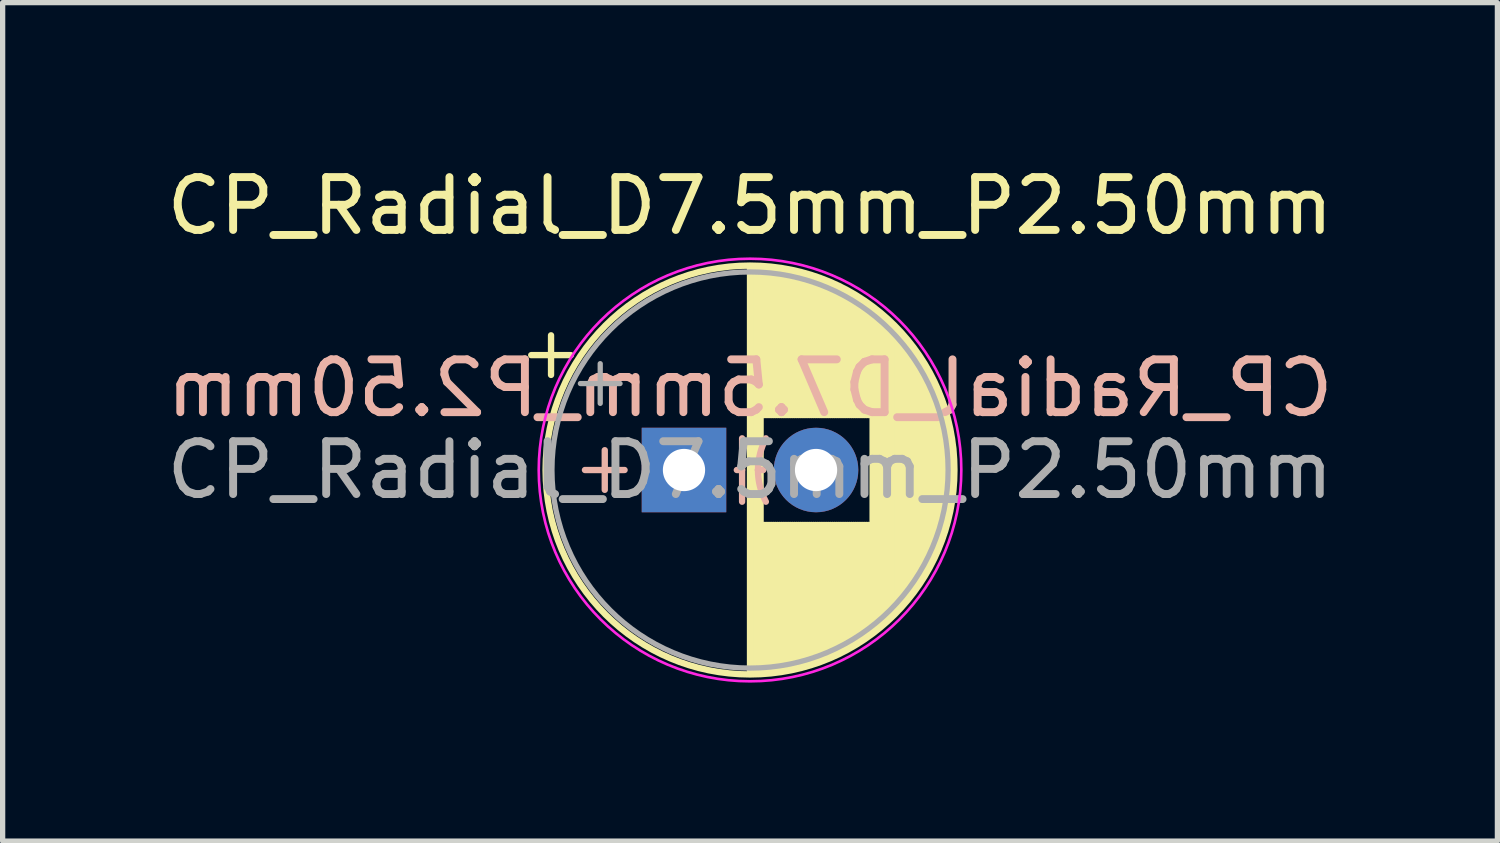
<source format=kicad_pcb>
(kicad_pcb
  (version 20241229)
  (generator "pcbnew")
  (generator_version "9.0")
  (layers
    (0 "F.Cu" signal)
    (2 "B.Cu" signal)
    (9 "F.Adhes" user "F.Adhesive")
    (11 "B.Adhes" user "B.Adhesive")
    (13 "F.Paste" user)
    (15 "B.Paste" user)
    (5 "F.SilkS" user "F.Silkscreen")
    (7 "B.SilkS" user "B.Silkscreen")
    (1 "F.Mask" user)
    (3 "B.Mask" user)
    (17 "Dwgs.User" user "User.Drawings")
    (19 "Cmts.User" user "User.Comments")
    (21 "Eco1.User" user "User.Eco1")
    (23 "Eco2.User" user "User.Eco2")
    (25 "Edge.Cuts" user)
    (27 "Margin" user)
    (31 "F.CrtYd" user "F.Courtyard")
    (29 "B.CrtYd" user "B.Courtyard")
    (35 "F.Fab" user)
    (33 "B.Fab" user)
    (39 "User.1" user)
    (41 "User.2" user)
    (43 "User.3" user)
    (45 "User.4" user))
  (footprint "CP_Radial_D7.5mm_P2.50mm"
    (layer "F.Cu")
    (at 9.899 5.848)
    (property "Reference" "CP_Radial_D7.5mm_P2.50mm" (at 1.25 -5 0) (layer "F.SilkS") (effects (font (size 1 1) (thickness 0.15))))
    (fp_line (start -2.892 -2.175) (end -2.142 -2.175) (stroke (width 0.12) (type solid)) (layer "F.SilkS"))
    (fp_line (start -2.517 -2.55) (end -2.517 -1.8) (stroke (width 0.12) (type solid)) (layer "F.SilkS"))
    (fp_line (start 1.25 -3.83) (end 1.25 3.83) (stroke (width 0.12) (type solid)) (layer "F.SilkS"))
    (fp_line (start 1.29 -3.83) (end 1.29 3.83) (stroke (width 0.12) (type solid)) (layer "F.SilkS"))
    (fp_line (start 1.33 -3.83) (end 1.33 3.83) (stroke (width 0.12) (type solid)) (layer "F.SilkS"))
    (fp_line (start 1.37 -3.829) (end 1.37 3.829) (stroke (width 0.12) (type solid)) (layer "F.SilkS"))
    (fp_line (start 1.41 -3.827) (end 1.41 3.827) (stroke (width 0.12) (type solid)) (layer "F.SilkS"))
    (fp_line (start 1.45 -3.825) (end 1.45 3.825) (stroke (width 0.12) (type solid)) (layer "F.SilkS"))
    (fp_line (start 1.49 -3.823) (end 1.49 -1.04) (stroke (width 0.12) (type solid)) (layer "F.SilkS"))
    (fp_line (start 1.49 1.04) (end 1.49 3.823) (stroke (width 0.12) (type solid)) (layer "F.SilkS"))
    (fp_line (start 1.53 -3.82) (end 1.53 -1.04) (stroke (width 0.12) (type solid)) (layer "F.SilkS"))
    (fp_line (start 1.53 1.04) (end 1.53 3.82) (stroke (width 0.12) (type solid)) (layer "F.SilkS"))
    (fp_line (start 1.57 -3.817) (end 1.57 -1.04) (stroke (width 0.12) (type solid)) (layer "F.SilkS"))
    (fp_line (start 1.57 1.04) (end 1.57 3.817) (stroke (width 0.12) (type solid)) (layer "F.SilkS"))
    (fp_line (start 1.61 -3.814) (end 1.61 -1.04) (stroke (width 0.12) (type solid)) (layer "F.SilkS"))
    (fp_line (start 1.61 1.04) (end 1.61 3.814) (stroke (width 0.12) (type solid)) (layer "F.SilkS"))
    (fp_line (start 1.65 -3.81) (end 1.65 -1.04) (stroke (width 0.12) (type solid)) (layer "F.SilkS"))
    (fp_line (start 1.65 1.04) (end 1.65 3.81) (stroke (width 0.12) (type solid)) (layer "F.SilkS"))
    (fp_line (start 1.69 -3.805) (end 1.69 -1.04) (stroke (width 0.12) (type solid)) (layer "F.SilkS"))
    (fp_line (start 1.69 1.04) (end 1.69 3.805) (stroke (width 0.12) (type solid)) (layer "F.SilkS"))
    (fp_line (start 1.73 -3.801) (end 1.73 -1.04) (stroke (width 0.12) (type solid)) (layer "F.SilkS"))
    (fp_line (start 1.73 1.04) (end 1.73 3.801) (stroke (width 0.12) (type solid)) (layer "F.SilkS"))
    (fp_line (start 1.77 -3.795) (end 1.77 -1.04) (stroke (width 0.12) (type solid)) (layer "F.SilkS"))
    (fp_line (start 1.77 1.04) (end 1.77 3.795) (stroke (width 0.12) (type solid)) (layer "F.SilkS"))
    (fp_line (start 1.81 -3.79) (end 1.81 -1.04) (stroke (width 0.12) (type solid)) (layer "F.SilkS"))
    (fp_line (start 1.81 1.04) (end 1.81 3.79) (stroke (width 0.12) (type solid)) (layer "F.SilkS"))
    (fp_line (start 1.85 -3.784) (end 1.85 -1.04) (stroke (width 0.12) (type solid)) (layer "F.SilkS"))
    (fp_line (start 1.85 1.04) (end 1.85 3.784) (stroke (width 0.12) (type solid)) (layer "F.SilkS"))
    (fp_line (start 1.89 -3.777) (end 1.89 -1.04) (stroke (width 0.12) (type solid)) (layer "F.SilkS"))
    (fp_line (start 1.89 1.04) (end 1.89 3.777) (stroke (width 0.12) (type solid)) (layer "F.SilkS"))
    (fp_line (start 1.93 -3.77) (end 1.93 -1.04) (stroke (width 0.12) (type solid)) (layer "F.SilkS"))
    (fp_line (start 1.93 1.04) (end 1.93 3.77) (stroke (width 0.12) (type solid)) (layer "F.SilkS"))
    (fp_line (start 1.971 -3.763) (end 1.971 -1.04) (stroke (width 0.12) (type solid)) (layer "F.SilkS"))
    (fp_line (start 1.971 1.04) (end 1.971 3.763) (stroke (width 0.12) (type solid)) (layer "F.SilkS"))
    (fp_line (start 2.011 -3.755) (end 2.011 -1.04) (stroke (width 0.12) (type solid)) (layer "F.SilkS"))
    (fp_line (start 2.011 1.04) (end 2.011 3.755) (stroke (width 0.12) (type solid)) (layer "F.SilkS"))
    (fp_line (start 2.051 -3.747) (end 2.051 -1.04) (stroke (width 0.12) (type solid)) (layer "F.SilkS"))
    (fp_line (start 2.051 1.04) (end 2.051 3.747) (stroke (width 0.12) (type solid)) (layer "F.SilkS"))
    (fp_line (start 2.091 -3.738) (end 2.091 -1.04) (stroke (width 0.12) (type solid)) (layer "F.SilkS"))
    (fp_line (start 2.091 1.04) (end 2.091 3.738) (stroke (width 0.12) (type solid)) (layer "F.SilkS"))
    (fp_line (start 2.131 -3.729) (end 2.131 -1.04) (stroke (width 0.12) (type solid)) (layer "F.SilkS"))
    (fp_line (start 2.131 1.04) (end 2.131 3.729) (stroke (width 0.12) (type solid)) (layer "F.SilkS"))
    (fp_line (start 2.171 -3.72) (end 2.171 -1.04) (stroke (width 0.12) (type solid)) (layer "F.SilkS"))
    (fp_line (start 2.171 1.04) (end 2.171 3.72) (stroke (width 0.12) (type solid)) (layer "F.SilkS"))
    (fp_line (start 2.211 -3.71) (end 2.211 -1.04) (stroke (width 0.12) (type solid)) (layer "F.SilkS"))
    (fp_line (start 2.211 1.04) (end 2.211 3.71) (stroke (width 0.12) (type solid)) (layer "F.SilkS"))
    (fp_line (start 2.251 -3.699) (end 2.251 -1.04) (stroke (width 0.12) (type solid)) (layer "F.SilkS"))
    (fp_line (start 2.251 1.04) (end 2.251 3.699) (stroke (width 0.12) (type solid)) (layer "F.SilkS"))
    (fp_line (start 2.291 -3.688) (end 2.291 -1.04) (stroke (width 0.12) (type solid)) (layer "F.SilkS"))
    (fp_line (start 2.291 1.04) (end 2.291 3.688) (stroke (width 0.12) (type solid)) (layer "F.SilkS"))
    (fp_line (start 2.331 -3.677) (end 2.331 -1.04) (stroke (width 0.12) (type solid)) (layer "F.SilkS"))
    (fp_line (start 2.331 1.04) (end 2.331 3.677) (stroke (width 0.12) (type solid)) (layer "F.SilkS"))
    (fp_line (start 2.371 -3.665) (end 2.371 -1.04) (stroke (width 0.12) (type solid)) (layer "F.SilkS"))
    (fp_line (start 2.371 1.04) (end 2.371 3.665) (stroke (width 0.12) (type solid)) (layer "F.SilkS"))
    (fp_line (start 2.411 -3.653) (end 2.411 -1.04) (stroke (width 0.12) (type solid)) (layer "F.SilkS"))
    (fp_line (start 2.411 1.04) (end 2.411 3.653) (stroke (width 0.12) (type solid)) (layer "F.SilkS"))
    (fp_line (start 2.451 -3.64) (end 2.451 -1.04) (stroke (width 0.12) (type solid)) (layer "F.SilkS"))
    (fp_line (start 2.451 1.04) (end 2.451 3.64) (stroke (width 0.12) (type solid)) (layer "F.SilkS"))
    (fp_line (start 2.491 -3.626) (end 2.491 -1.04) (stroke (width 0.12) (type solid)) (layer "F.SilkS"))
    (fp_line (start 2.491 1.04) (end 2.491 3.626) (stroke (width 0.12) (type solid)) (layer "F.SilkS"))
    (fp_line (start 2.531 -3.613) (end 2.531 -1.04) (stroke (width 0.12) (type solid)) (layer "F.SilkS"))
    (fp_line (start 2.531 1.04) (end 2.531 3.613) (stroke (width 0.12) (type solid)) (layer "F.SilkS"))
    (fp_line (start 2.571 -3.598) (end 2.571 -1.04) (stroke (width 0.12) (type solid)) (layer "F.SilkS"))
    (fp_line (start 2.571 1.04) (end 2.571 3.598) (stroke (width 0.12) (type solid)) (layer "F.SilkS"))
    (fp_line (start 2.611 -3.584) (end 2.611 -1.04) (stroke (width 0.12) (type solid)) (layer "F.SilkS"))
    (fp_line (start 2.611 1.04) (end 2.611 3.584) (stroke (width 0.12) (type solid)) (layer "F.SilkS"))
    (fp_line (start 2.651 -3.568) (end 2.651 -1.04) (stroke (width 0.12) (type solid)) (layer "F.SilkS"))
    (fp_line (start 2.651 1.04) (end 2.651 3.568) (stroke (width 0.12) (type solid)) (layer "F.SilkS"))
    (fp_line (start 2.691 -3.553) (end 2.691 -1.04) (stroke (width 0.12) (type solid)) (layer "F.SilkS"))
    (fp_line (start 2.691 1.04) (end 2.691 3.553) (stroke (width 0.12) (type solid)) (layer "F.SilkS"))
    (fp_line (start 2.731 -3.536) (end 2.731 -1.04) (stroke (width 0.12) (type solid)) (layer "F.SilkS"))
    (fp_line (start 2.731 1.04) (end 2.731 3.536) (stroke (width 0.12) (type solid)) (layer "F.SilkS"))
    (fp_line (start 2.771 -3.52) (end 2.771 -1.04) (stroke (width 0.12) (type solid)) (layer "F.SilkS"))
    (fp_line (start 2.771 1.04) (end 2.771 3.52) (stroke (width 0.12) (type solid)) (layer "F.SilkS"))
    (fp_line (start 2.811 -3.502) (end 2.811 -1.04) (stroke (width 0.12) (type solid)) (layer "F.SilkS"))
    (fp_line (start 2.811 1.04) (end 2.811 3.502) (stroke (width 0.12) (type solid)) (layer "F.SilkS"))
    (fp_line (start 2.851 -3.484) (end 2.851 -1.04) (stroke (width 0.12) (type solid)) (layer "F.SilkS"))
    (fp_line (start 2.851 1.04) (end 2.851 3.484) (stroke (width 0.12) (type solid)) (layer "F.SilkS"))
    (fp_line (start 2.891 -3.466) (end 2.891 -1.04) (stroke (width 0.12) (type solid)) (layer "F.SilkS"))
    (fp_line (start 2.891 1.04) (end 2.891 3.466) (stroke (width 0.12) (type solid)) (layer "F.SilkS"))
    (fp_line (start 2.931 -3.447) (end 2.931 -1.04) (stroke (width 0.12) (type solid)) (layer "F.SilkS"))
    (fp_line (start 2.931 1.04) (end 2.931 3.447) (stroke (width 0.12) (type solid)) (layer "F.SilkS"))
    (fp_line (start 2.971 -3.427) (end 2.971 -1.04) (stroke (width 0.12) (type solid)) (layer "F.SilkS"))
    (fp_line (start 2.971 1.04) (end 2.971 3.427) (stroke (width 0.12) (type solid)) (layer "F.SilkS"))
    (fp_line (start 3.011 -3.407) (end 3.011 -1.04) (stroke (width 0.12) (type solid)) (layer "F.SilkS"))
    (fp_line (start 3.011 1.04) (end 3.011 3.407) (stroke (width 0.12) (type solid)) (layer "F.SilkS"))
    (fp_line (start 3.051 -3.386) (end 3.051 -1.04) (stroke (width 0.12) (type solid)) (layer "F.SilkS"))
    (fp_line (start 3.051 1.04) (end 3.051 3.386) (stroke (width 0.12) (type solid)) (layer "F.SilkS"))
    (fp_line (start 3.091 -3.365) (end 3.091 -1.04) (stroke (width 0.12) (type solid)) (layer "F.SilkS"))
    (fp_line (start 3.091 1.04) (end 3.091 3.365) (stroke (width 0.12) (type solid)) (layer "F.SilkS"))
    (fp_line (start 3.131 -3.343) (end 3.131 -1.04) (stroke (width 0.12) (type solid)) (layer "F.SilkS"))
    (fp_line (start 3.131 1.04) (end 3.131 3.343) (stroke (width 0.12) (type solid)) (layer "F.SilkS"))
    (fp_line (start 3.171 -3.321) (end 3.171 -1.04) (stroke (width 0.12) (type solid)) (layer "F.SilkS"))
    (fp_line (start 3.171 1.04) (end 3.171 3.321) (stroke (width 0.12) (type solid)) (layer "F.SilkS"))
    (fp_line (start 3.211 -3.297) (end 3.211 -1.04) (stroke (width 0.12) (type solid)) (layer "F.SilkS"))
    (fp_line (start 3.211 1.04) (end 3.211 3.297) (stroke (width 0.12) (type solid)) (layer "F.SilkS"))
    (fp_line (start 3.251 -3.274) (end 3.251 -1.04) (stroke (width 0.12) (type solid)) (layer "F.SilkS"))
    (fp_line (start 3.251 1.04) (end 3.251 3.274) (stroke (width 0.12) (type solid)) (layer "F.SilkS"))
    (fp_line (start 3.291 -3.249) (end 3.291 -1.04) (stroke (width 0.12) (type solid)) (layer "F.SilkS"))
    (fp_line (start 3.291 1.04) (end 3.291 3.249) (stroke (width 0.12) (type solid)) (layer "F.SilkS"))
    (fp_line (start 3.331 -3.224) (end 3.331 -1.04) (stroke (width 0.12) (type solid)) (layer "F.SilkS"))
    (fp_line (start 3.331 1.04) (end 3.331 3.224) (stroke (width 0.12) (type solid)) (layer "F.SilkS"))
    (fp_line (start 3.371 -3.198) (end 3.371 -1.04) (stroke (width 0.12) (type solid)) (layer "F.SilkS"))
    (fp_line (start 3.371 1.04) (end 3.371 3.198) (stroke (width 0.12) (type solid)) (layer "F.SilkS"))
    (fp_line (start 3.411 -3.172) (end 3.411 -1.04) (stroke (width 0.12) (type solid)) (layer "F.SilkS"))
    (fp_line (start 3.411 1.04) (end 3.411 3.172) (stroke (width 0.12) (type solid)) (layer "F.SilkS"))
    (fp_line (start 3.451 -3.144) (end 3.451 -1.04) (stroke (width 0.12) (type solid)) (layer "F.SilkS"))
    (fp_line (start 3.451 1.04) (end 3.451 3.144) (stroke (width 0.12) (type solid)) (layer "F.SilkS"))
    (fp_line (start 3.491 -3.116) (end 3.491 -1.04) (stroke (width 0.12) (type solid)) (layer "F.SilkS"))
    (fp_line (start 3.491 1.04) (end 3.491 3.116) (stroke (width 0.12) (type solid)) (layer "F.SilkS"))
    (fp_line (start 3.531 -3.088) (end 3.531 -1.04) (stroke (width 0.12) (type solid)) (layer "F.SilkS"))
    (fp_line (start 3.531 1.04) (end 3.531 3.088) (stroke (width 0.12) (type solid)) (layer "F.SilkS"))
    (fp_line (start 3.571 -3.058) (end 3.571 3.058) (stroke (width 0.12) (type solid)) (layer "F.SilkS"))
    (fp_line (start 3.611 -3.028) (end 3.611 3.028) (stroke (width 0.12) (type solid)) (layer "F.SilkS"))
    (fp_line (start 3.651 -2.996) (end 3.651 2.996) (stroke (width 0.12) (type solid)) (layer "F.SilkS"))
    (fp_line (start 3.691 -2.964) (end 3.691 2.964) (stroke (width 0.12) (type solid)) (layer "F.SilkS"))
    (fp_line (start 3.731 -2.931) (end 3.731 2.931) (stroke (width 0.12) (type solid)) (layer "F.SilkS"))
    (fp_line (start 3.771 -2.898) (end 3.771 2.898) (stroke (width 0.12) (type solid)) (layer "F.SilkS"))
    (fp_line (start 3.811 -2.863) (end 3.811 2.863) (stroke (width 0.12) (type solid)) (layer "F.SilkS"))
    (fp_line (start 3.851 -2.827) (end 3.851 2.827) (stroke (width 0.12) (type solid)) (layer "F.SilkS"))
    (fp_line (start 3.891 -2.79) (end 3.891 2.79) (stroke (width 0.12) (type solid)) (layer "F.SilkS"))
    (fp_line (start 3.931 -2.752) (end 3.931 2.752) (stroke (width 0.12) (type solid)) (layer "F.SilkS"))
    (fp_line (start 3.971 -2.713) (end 3.971 2.713) (stroke (width 0.12) (type solid)) (layer "F.SilkS"))
    (fp_line (start 4.011 -2.673) (end 4.011 2.673) (stroke (width 0.12) (type solid)) (layer "F.SilkS"))
    (fp_line (start 4.051 -2.632) (end 4.051 2.632) (stroke (width 0.12) (type solid)) (layer "F.SilkS"))
    (fp_line (start 4.091 -2.589) (end 4.091 2.589) (stroke (width 0.12) (type solid)) (layer "F.SilkS"))
    (fp_line (start 4.131 -2.546) (end 4.131 2.546) (stroke (width 0.12) (type solid)) (layer "F.SilkS"))
    (fp_line (start 4.171 -2.5) (end 4.171 2.5) (stroke (width 0.12) (type solid)) (layer "F.SilkS"))
    (fp_line (start 4.211 -2.454) (end 4.211 2.454) (stroke (width 0.12) (type solid)) (layer "F.SilkS"))
    (fp_line (start 4.251 -2.405) (end 4.251 2.405) (stroke (width 0.12) (type solid)) (layer "F.SilkS"))
    (fp_line (start 4.291 -2.355) (end 4.291 2.355) (stroke (width 0.12) (type solid)) (layer "F.SilkS"))
    (fp_line (start 4.331 -2.304) (end 4.331 2.304) (stroke (width 0.12) (type solid)) (layer "F.SilkS"))
    (fp_line (start 4.371 -2.25) (end 4.371 2.25) (stroke (width 0.12) (type solid)) (layer "F.SilkS"))
    (fp_line (start 4.411 -2.195) (end 4.411 2.195) (stroke (width 0.12) (type solid)) (layer "F.SilkS"))
    (fp_line (start 4.451 -2.137) (end 4.451 2.137) (stroke (width 0.12) (type solid)) (layer "F.SilkS"))
    (fp_line (start 4.491 -2.077) (end 4.491 2.077) (stroke (width 0.12) (type solid)) (layer "F.SilkS"))
    (fp_line (start 4.531 -2.014) (end 4.531 2.014) (stroke (width 0.12) (type solid)) (layer "F.SilkS"))
    (fp_line (start 4.571 -1.949) (end 4.571 1.949) (stroke (width 0.12) (type solid)) (layer "F.SilkS"))
    (fp_line (start 4.611 -1.881) (end 4.611 1.881) (stroke (width 0.12) (type solid)) (layer "F.SilkS"))
    (fp_line (start 4.651 -1.809) (end 4.651 1.809) (stroke (width 0.12) (type solid)) (layer "F.SilkS"))
    (fp_line (start 4.691 -1.733) (end 4.691 1.733) (stroke (width 0.12) (type solid)) (layer "F.SilkS"))
    (fp_line (start 4.731 -1.654) (end 4.731 1.654) (stroke (width 0.12) (type solid)) (layer "F.SilkS"))
    (fp_line (start 4.771 -1.569) (end 4.771 1.569) (stroke (width 0.12) (type solid)) (layer "F.SilkS"))
    (fp_line (start 4.811 -1.478) (end 4.811 1.478) (stroke (width 0.12) (type solid)) (layer "F.SilkS"))
    (fp_line (start 4.851 -1.381) (end 4.851 1.381) (stroke (width 0.12) (type solid)) (layer "F.SilkS"))
    (fp_line (start 4.891 -1.275) (end 4.891 1.275) (stroke (width 0.12) (type solid)) (layer "F.SilkS"))
    (fp_line (start 4.931 -1.158) (end 4.931 1.158) (stroke (width 0.12) (type solid)) (layer "F.SilkS"))
    (fp_line (start 4.971 -1.028) (end 4.971 1.028) (stroke (width 0.12) (type solid)) (layer "F.SilkS"))
    (fp_line (start 5.011 -0.877) (end 5.011 0.877) (stroke (width 0.12) (type solid)) (layer "F.SilkS"))
    (fp_line (start 5.051 -0.693) (end 5.051 0.693) (stroke (width 0.12) (type solid)) (layer "F.SilkS"))
    (fp_line (start 5.091 -0.441) (end 5.091 0.441) (stroke (width 0.12) (type solid)) (layer "F.SilkS"))
    (fp_circle (center 1.25 0) (end 5.12 0) (stroke (width 0.12) (type solid)) (fill no) (layer "F.SilkS"))
    (fp_line (start -1.5 -0.375) (end -1.5 0.375) (stroke (width 0.12) (type solid)) (layer "B.SilkS"))
    (fp_line (start -1.125 0) (end -1.875 0) (stroke (width 0.12) (type solid)) (layer "B.SilkS"))
    (fp_line (start 1.1 0) (end 1 0) (stroke (width 0.12) (type solid)) (layer "B.SilkS"))
    (fp_line (start 1.1 0.6) (end 1.1 -0.6) (stroke (width 0.12) (type solid)) (layer "B.SilkS"))
    (fp_line (start 1.4 0) (end 1.5 0) (stroke (width 0.12) (type solid)) (layer "B.SilkS"))
    (fp_arc (start 1.4 0) (mid 1.440022 -0.308744) (end 1.55 -0.6) (stroke (width 0.12) (type solid)) (layer "B.SilkS"))
    (fp_arc (start 1.55 0.6) (mid 1.438098 0.309225) (end 1.4 0) (stroke (width 0.12) (type solid)) (layer "B.SilkS"))
    (fp_circle (center 1.25 0) (end 5.25 0) (stroke (width 0.05) (type solid)) (fill no) (layer "F.CrtYd"))
    (fp_line (start -1.961 -1.637) (end -1.211 -1.637) (stroke (width 0.1) (type solid)) (layer "F.Fab"))
    (fp_line (start -1.586 -2.013) (end -1.586 -1.262) (stroke (width 0.1) (type solid)) (layer "F.Fab"))
    (fp_circle (center 1.25 0) (end 5 0) (stroke (width 0.1) (type solid)) (fill no) (layer "F.Fab"))
    (fp_text user "${REFERENCE}" (at 1.25 -1.55 0) (layer "B.SilkS") (effects (font (size 1 1) (thickness 0.15)) (justify mirror)))
    (fp_text user "${REFERENCE}" (at 1.25 0 0) (layer "F.Fab") (effects (font (size 1 1) (thickness 0.15))))
    (pad "1" thru_hole rect (at 0 0) (size 1.6 1.6) (drill 0.8) (layers "*.Cu" "*.Mask"))
    (pad "2" thru_hole circle (at 2.5 0) (size 1.6 1.6) (drill 0.8) (layers "*.Cu" "*.Mask")))
  (gr_rect
    (start -3 -3)
    (end 25.298 12.873)
    (stroke (width 0.1) (type default))
    (fill no)
    (layer "Edge.Cuts")))
</source>
